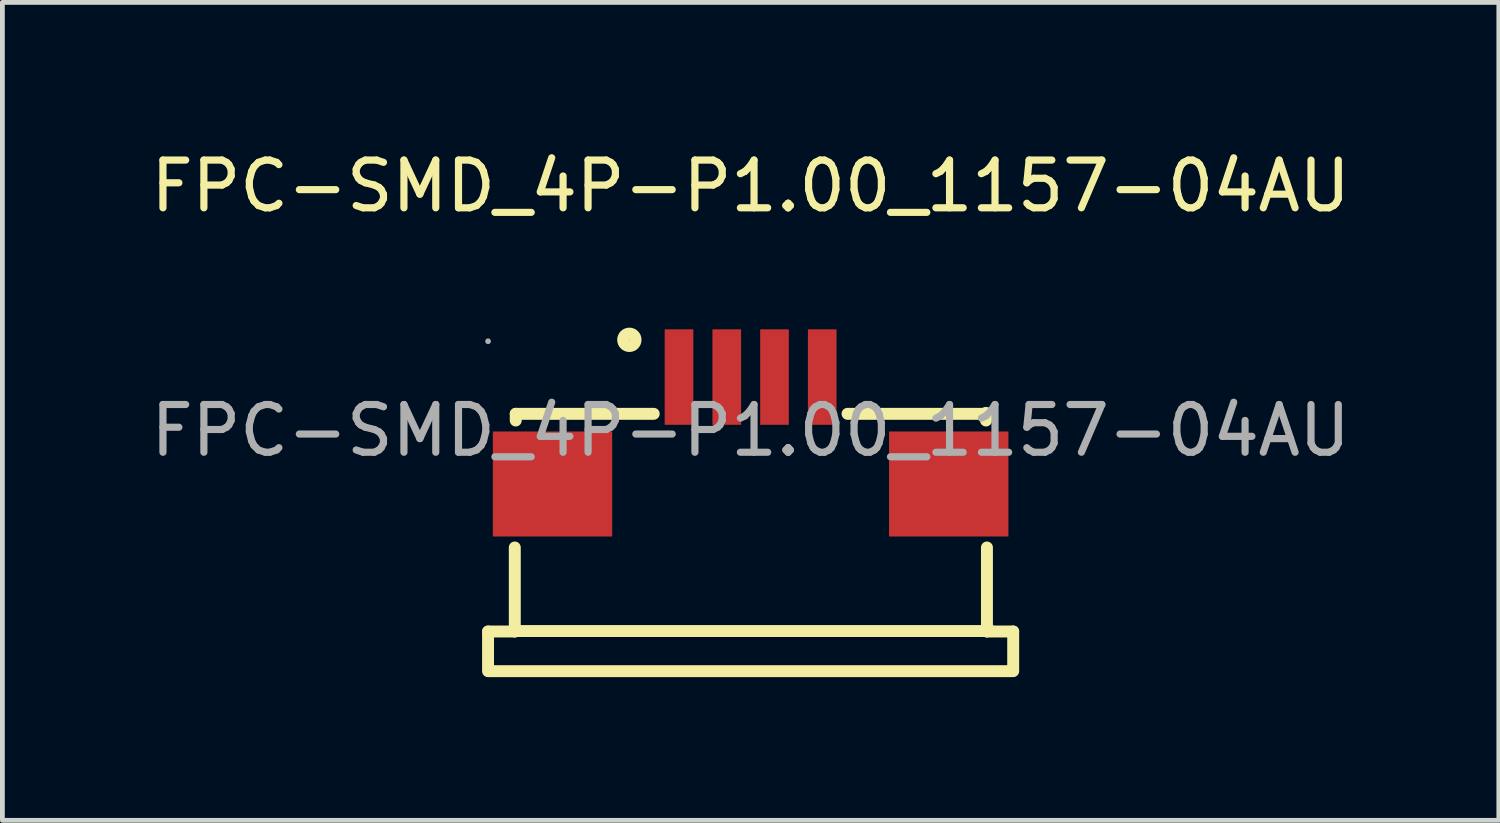
<source format=kicad_pcb>
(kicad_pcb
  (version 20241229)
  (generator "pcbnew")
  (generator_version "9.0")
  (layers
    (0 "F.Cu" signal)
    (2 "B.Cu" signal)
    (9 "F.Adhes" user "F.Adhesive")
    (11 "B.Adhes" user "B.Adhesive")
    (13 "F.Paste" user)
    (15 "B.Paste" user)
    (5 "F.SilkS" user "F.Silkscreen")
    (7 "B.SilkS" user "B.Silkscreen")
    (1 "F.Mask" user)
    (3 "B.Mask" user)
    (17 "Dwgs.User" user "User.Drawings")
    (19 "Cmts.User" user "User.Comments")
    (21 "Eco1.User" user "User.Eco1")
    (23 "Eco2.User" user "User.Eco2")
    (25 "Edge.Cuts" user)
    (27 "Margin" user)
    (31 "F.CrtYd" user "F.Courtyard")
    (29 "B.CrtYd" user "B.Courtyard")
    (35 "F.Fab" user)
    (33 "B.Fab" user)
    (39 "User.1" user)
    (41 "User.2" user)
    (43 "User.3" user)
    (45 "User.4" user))
  (footprint "FPC-SMD_4P-P1.00_1157-04AU"
    (layer "F.Cu")
    (at 12.673 5.968)
    (property "Reference" "FPC-SMD_4P-P1.00_1157-04AU" (at 0 -5.12 0) (layer "F.SilkS") (effects (font (size 1 1) (thickness 0.15))))
    (attr smd)
    (fp_line (start -5.5 4.21) (end -5.5 5.04) (stroke (width 0.25) (type solid)) (layer "F.SilkS"))
    (fp_line (start -5 4.2) (end 5.04 4.2) (stroke (width 0.25) (type solid)) (layer "F.SilkS"))
    (fp_line (start -4.94 2.45) (end -4.94 4.21) (stroke (width 0.25) (type solid)) (layer "F.SilkS"))
    (fp_line (start -4.94 4.21) (end -5.5 4.21) (stroke (width 0.25) (type solid)) (layer "F.SilkS"))
    (fp_line (start -4.92 -0.35) (end -4.92 -0.21) (stroke (width 0.25) (type solid)) (layer "F.SilkS"))
    (fp_line (start -4.92 -0.35) (end -2.03 -0.35) (stroke (width 0.25) (type solid)) (layer "F.SilkS"))
    (fp_line (start 2.03 -0.35) (end 4.93 -0.35) (stroke (width 0.25) (type solid)) (layer "F.SilkS"))
    (fp_line (start 4.93 -0.37) (end 4.93 -0.21) (stroke (width 0.25) (type solid)) (layer "F.SilkS"))
    (fp_line (start 4.95 2.45) (end 4.95 4.21) (stroke (width 0.25) (type solid)) (layer "F.SilkS"))
    (fp_line (start 4.95 4.21) (end 5.5 4.21) (stroke (width 0.25) (type solid)) (layer "F.SilkS"))
    (fp_line (start 5.47 5.04) (end -5.48 5.04) (stroke (width 0.25) (type solid)) (layer "F.SilkS"))
    (fp_line (start 5.5 4.21) (end 5.5 5.04) (stroke (width 0.25) (type solid)) (layer "F.SilkS"))
    (fp_circle (center -2.54 -1.9) (end -2.41 -1.9) (stroke (width 0.25) (type solid)) (fill no) (layer "F.SilkS"))
    (fp_circle (center -5.5 -1.87) (end -5.47 -1.87) (stroke (width 0.06) (type solid)) (fill no) (layer "F.Fab"))
    (fp_text user "${REFERENCE}" (at 0 0 0) (layer "F.Fab") (effects (font (size 1 1) (thickness 0.15))))
    (pad "1" smd rect (at -1.5 -1.12 180) (size 0.6 2) (layers "F.Cu" "F.Mask" "F.Paste"))
    (pad "2" smd rect (at -0.5 -1.12 180) (size 0.6 2) (layers "F.Cu" "F.Mask" "F.Paste"))
    (pad "3" smd rect (at 0.5 -1.12 180) (size 0.6 2) (layers "F.Cu" "F.Mask" "F.Paste"))
    (pad "4" smd rect (at 1.5 -1.12 180) (size 0.6 2) (layers "F.Cu" "F.Mask" "F.Paste"))
    (pad "5" smd rect (at 4.15 1.12 180) (size 2.5 2.2) (layers "F.Cu" "F.Mask" "F.Paste"))
    (pad "6" smd rect (at -4.15 1.12 180) (size 2.5 2.2) (layers "F.Cu" "F.Mask" "F.Paste")))
  (gr_rect
    (start -3 -3)
    (end 28.345 14.133)
    (stroke (width 0.1) (type default))
    (fill no)
    (layer "Edge.Cuts")))
</source>
